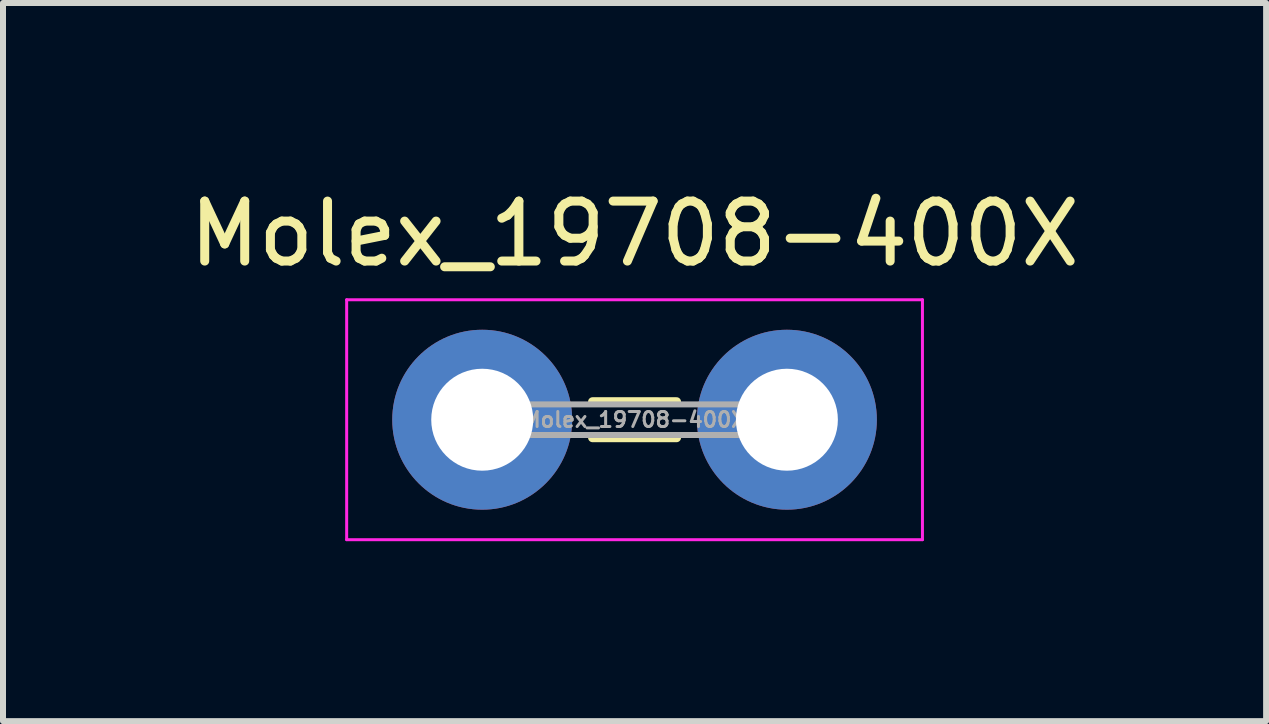
<source format=kicad_pcb>
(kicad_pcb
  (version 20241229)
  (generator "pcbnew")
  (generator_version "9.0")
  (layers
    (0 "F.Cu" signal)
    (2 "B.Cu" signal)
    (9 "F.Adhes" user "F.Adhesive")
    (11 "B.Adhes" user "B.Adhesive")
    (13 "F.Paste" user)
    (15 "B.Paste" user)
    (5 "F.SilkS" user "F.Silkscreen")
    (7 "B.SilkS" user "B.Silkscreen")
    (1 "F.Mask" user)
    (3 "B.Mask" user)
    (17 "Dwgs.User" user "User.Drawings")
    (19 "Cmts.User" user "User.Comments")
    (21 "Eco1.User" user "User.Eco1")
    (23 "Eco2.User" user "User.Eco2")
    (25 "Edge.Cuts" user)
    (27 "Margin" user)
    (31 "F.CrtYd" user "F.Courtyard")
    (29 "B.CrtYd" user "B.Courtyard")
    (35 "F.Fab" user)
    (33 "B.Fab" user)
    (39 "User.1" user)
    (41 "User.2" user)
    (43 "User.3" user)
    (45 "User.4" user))
  (footprint "Molex_19708-400X"
    (layer "F.Cu")
    (at 4.99 3.948)
    (property "Reference" "Molex_19708-400X" (at 2.54 -3.1 0) (layer "F.SilkS") (effects (font (size 1 1) (thickness 0.15))))
    (attr through_hole)
    (fp_line (start 1.84 -0.3) (end 3.24 -0.3) (stroke (width 0.15) (type solid)) (layer "F.SilkS"))
    (fp_line (start 1.84 0.3) (end 3.24 0.3) (stroke (width 0.15) (type solid)) (layer "F.SilkS"))
    (fp_line (start -2.26 -2) (end -2.26 2) (stroke (width 0.05) (type solid)) (layer "F.CrtYd"))
    (fp_line (start -2.26 2) (end 7.34 2) (stroke (width 0.05) (type solid)) (layer "F.CrtYd"))
    (fp_line (start 7.34 -2) (end -2.26 -2) (stroke (width 0.05) (type solid)) (layer "F.CrtYd"))
    (fp_line (start 7.34 2) (end 7.34 -2) (stroke (width 0.05) (type solid)) (layer "F.CrtYd"))
    (fp_line (start -0.61 -0.255) (end -0.61 0.255) (stroke (width 0.1) (type solid)) (layer "F.Fab"))
    (fp_line (start -0.61 0.255) (end 5.69 0.255) (stroke (width 0.1) (type solid)) (layer "F.Fab"))
    (fp_line (start 5.69 -0.255) (end -0.61 -0.255) (stroke (width 0.1) (type solid)) (layer "F.Fab"))
    (fp_line (start 5.69 0.255) (end 5.69 -0.255) (stroke (width 0.1) (type solid)) (layer "F.Fab"))
    (fp_text user "${REFERENCE}" (at 2.54 0 0) (layer "F.Fab") (effects (font (size 0.25 0.25) (thickness 0.05))))
    (pad "1" thru_hole circle (at 0 0) (size 3 3) (drill 1.7) (layers "*.Cu" "*.Mask"))
    (pad "1" thru_hole circle (at 5.08 0) (size 3 3) (drill 1.7) (layers "*.Cu" "*.Mask")))
  (gr_rect
    (start -3 -3)
    (end 18.06 8.973)
    (stroke (width 0.1) (type default))
    (fill no)
    (layer "Edge.Cuts")))
</source>
